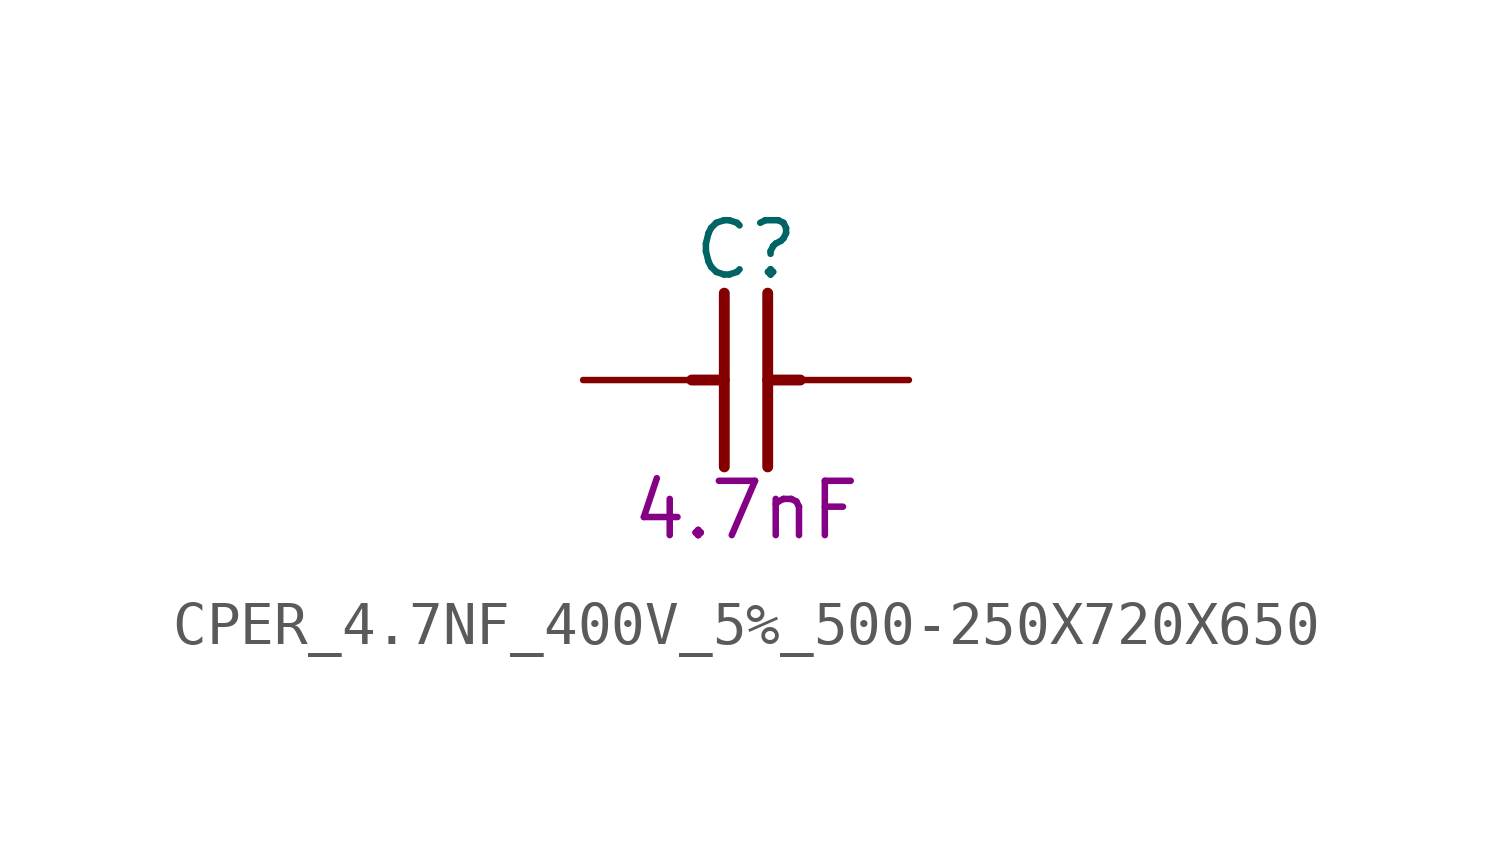
<source format=kicad_sym>
(kicad_symbol_lib
  (version 20211014)
  (generator kicad_symbol_editor)
  (symbol "CPER_4.7NF_400V_5%_500-250X720X650"
    (pin_names
      (offset 1.27))
    (property "Reference" "C"
      (at 3.81 3.048 0)
      (effects (font (size 1.27 1.27))))
    (property "Val" "4.7nF"
      (at 3.81 -3.048 0)
      (effects (font (size 1.27 1.27))))
    (property "ki_locked" ""
      (at 0 0 0)
      (effects (font (size 1.27 1.27))))
    (symbol "CPER_4.7NF_400V_5%_500-250X720X650_0_1"
      (polyline (pts (xy 2.54 0) (xy 3.302 0)) (stroke (width 0.254) (type default) (color 0 0 0 0)) (fill (type none)))
      (polyline (pts (xy 3.302 -2.032) (xy 3.302 2.032)) (stroke (width 0.254) (type default) (color 0 0 0 0)) (fill (type none)))
      (polyline (pts (xy 4.318 2.032) (xy 4.318 -2.032)) (stroke (width 0.254) (type default) (color 0 0 0 0)) (fill (type none)))
      (polyline (pts (xy 5.08 0) (xy 4.318 0)) (stroke (width 0.254) (type default) (color 0 0 0 0)) (fill (type none)))
      (pin passive line (at 0 0 0) (length 2.54) (name "1" (effects (font (size 0 0)))) (number "1" (effects (font (size 0 0)))))
      (pin passive line (at 7.62 0 180) (length 2.54) (name "2" (effects (font (size 0 0)))) (number "2" (effects (font (size 0 0))))))))
</source>
